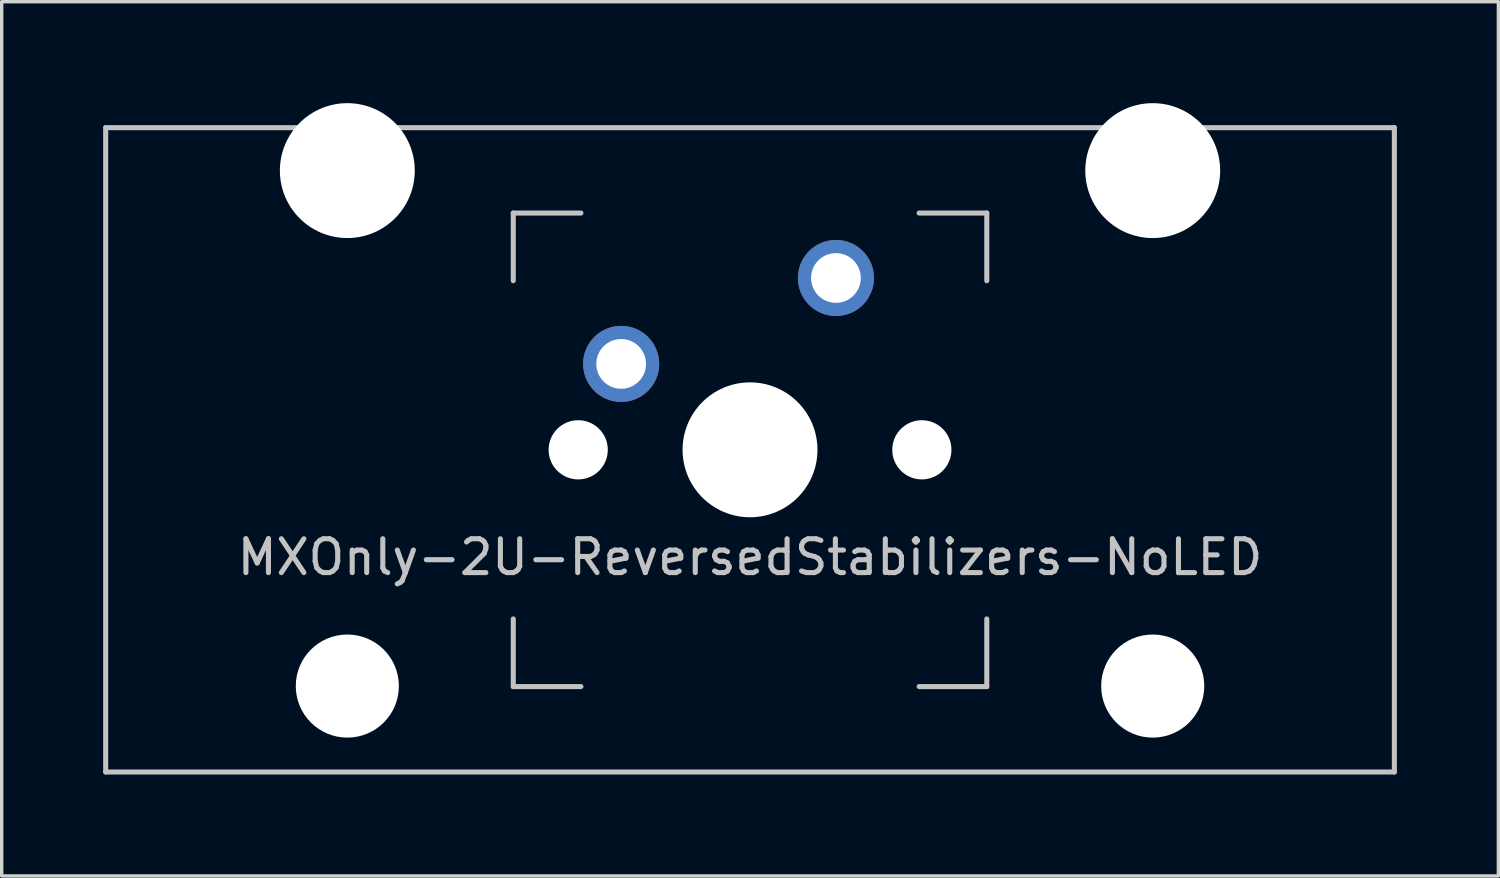
<source format=kicad_pcb>
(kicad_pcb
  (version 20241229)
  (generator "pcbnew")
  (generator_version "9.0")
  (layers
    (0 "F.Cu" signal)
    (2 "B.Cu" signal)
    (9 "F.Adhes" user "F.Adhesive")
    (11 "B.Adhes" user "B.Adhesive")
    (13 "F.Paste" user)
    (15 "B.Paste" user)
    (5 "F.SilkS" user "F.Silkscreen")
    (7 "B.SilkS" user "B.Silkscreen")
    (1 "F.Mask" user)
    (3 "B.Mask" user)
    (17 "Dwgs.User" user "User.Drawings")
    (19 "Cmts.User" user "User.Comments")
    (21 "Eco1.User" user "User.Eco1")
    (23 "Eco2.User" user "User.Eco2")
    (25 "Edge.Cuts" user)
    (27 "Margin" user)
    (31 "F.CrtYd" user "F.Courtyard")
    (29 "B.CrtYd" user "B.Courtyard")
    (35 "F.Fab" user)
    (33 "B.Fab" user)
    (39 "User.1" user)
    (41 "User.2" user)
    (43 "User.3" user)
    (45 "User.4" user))
  (footprint "MXOnly-2U-ReversedStabilizers-NoLED"
    (layer "F.Cu")
    (at 19.125 10.249)
    (property "Reference" "MXOnly-2U-ReversedStabilizers-NoLED" (at 0 3.175 0) (layer "Dwgs.User") (effects (font (size 1 1) (thickness 0.15))))
    (attr through_hole)
    (fp_circle (center -3.81 -2.54) (end -3.135 -2.54) (stroke (width 0.12) (type solid)) (fill yes) (layer "F.Mask"))
    (fp_circle (center 2.54 -5.08) (end 3.215 -5.08) (stroke (width 0.12) (type solid)) (fill yes) (layer "F.Mask"))
    (fp_line (start -19.05 -9.525) (end 19.05 -9.525) (stroke (width 0.15) (type solid)) (layer "Dwgs.User"))
    (fp_line (start -19.05 9.525) (end -19.05 -9.525) (stroke (width 0.15) (type solid)) (layer "Dwgs.User"))
    (fp_line (start -19.05 9.525) (end 19.05 9.525) (stroke (width 0.15) (type solid)) (layer "Dwgs.User"))
    (fp_line (start -7 -7) (end -7 -5) (stroke (width 0.15) (type solid)) (layer "Dwgs.User"))
    (fp_line (start -7 5) (end -7 7) (stroke (width 0.15) (type solid)) (layer "Dwgs.User"))
    (fp_line (start -7 7) (end -5 7) (stroke (width 0.15) (type solid)) (layer "Dwgs.User"))
    (fp_line (start -5 -7) (end -7 -7) (stroke (width 0.15) (type solid)) (layer "Dwgs.User"))
    (fp_line (start 5 -7) (end 7 -7) (stroke (width 0.15) (type solid)) (layer "Dwgs.User"))
    (fp_line (start 5 7) (end 7 7) (stroke (width 0.15) (type solid)) (layer "Dwgs.User"))
    (fp_line (start 7 -7) (end 7 -5) (stroke (width 0.15) (type solid)) (layer "Dwgs.User"))
    (fp_line (start 7 7) (end 7 5) (stroke (width 0.15) (type solid)) (layer "Dwgs.User"))
    (fp_line (start 19.05 -9.525) (end 19.05 9.525) (stroke (width 0.15) (type solid)) (layer "Dwgs.User"))
    (pad "" np_thru_hole circle (at -11.906 -8.255) (size 3.988 3.988) (drill 3.988) (layers "*.Cu" "*.Mask"))
    (pad "" np_thru_hole circle (at -11.906 6.985) (size 3.048 3.048) (drill 3.048) (layers "*.Cu" "*.Mask"))
    (pad "" np_thru_hole circle (at -5.08 0 48.1) (size 1.75 1.75) (drill 1.75) (layers "*.Cu" "*.Mask"))
    (pad "" np_thru_hole circle (at 0 0) (size 3.988 3.988) (drill 3.988) (layers "*.Cu" "*.Mask"))
    (pad "" np_thru_hole circle (at 5.08 0 48.1) (size 1.75 1.75) (drill 1.75) (layers "*.Cu" "*.Mask"))
    (pad "" np_thru_hole circle (at 11.906 -8.255) (size 3.988 3.988) (drill 3.988) (layers "*.Cu" "*.Mask"))
    (pad "" np_thru_hole circle (at 11.906 6.985) (size 3.048 3.048) (drill 3.048) (layers "*.Cu" "*.Mask"))
    (pad "1" thru_hole circle (at -3.81 -2.54) (size 2.25 2.25) (drill 1.47) (layers "*.Cu" "B.Mask"))
    (pad "2" thru_hole circle (at 2.54 -5.08) (size 2.25 2.25) (drill 1.47) (layers "*.Cu" "B.Mask")))
  (gr_rect
    (start -3 -3)
    (end 41.25 22.849)
    (stroke (width 0.1) (type default))
    (fill no)
    (layer "Edge.Cuts")))
</source>
